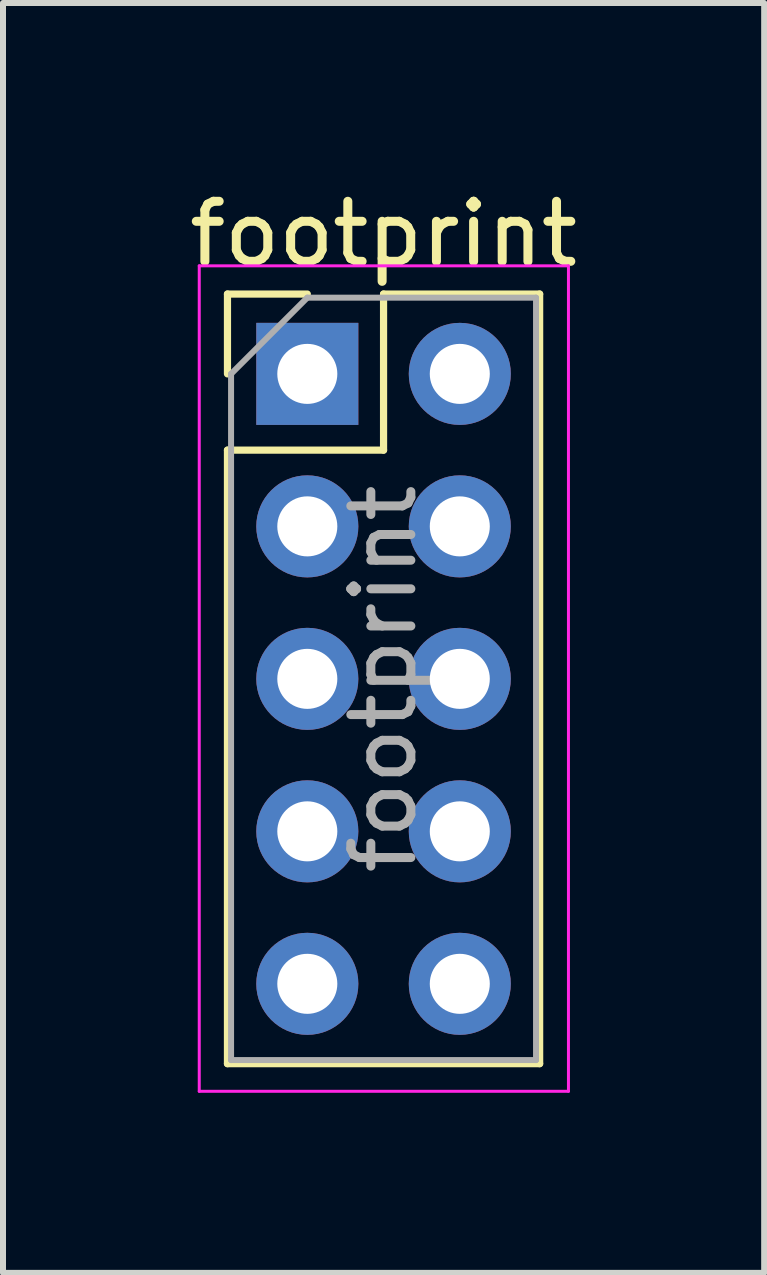
<source format=kicad_pcb>
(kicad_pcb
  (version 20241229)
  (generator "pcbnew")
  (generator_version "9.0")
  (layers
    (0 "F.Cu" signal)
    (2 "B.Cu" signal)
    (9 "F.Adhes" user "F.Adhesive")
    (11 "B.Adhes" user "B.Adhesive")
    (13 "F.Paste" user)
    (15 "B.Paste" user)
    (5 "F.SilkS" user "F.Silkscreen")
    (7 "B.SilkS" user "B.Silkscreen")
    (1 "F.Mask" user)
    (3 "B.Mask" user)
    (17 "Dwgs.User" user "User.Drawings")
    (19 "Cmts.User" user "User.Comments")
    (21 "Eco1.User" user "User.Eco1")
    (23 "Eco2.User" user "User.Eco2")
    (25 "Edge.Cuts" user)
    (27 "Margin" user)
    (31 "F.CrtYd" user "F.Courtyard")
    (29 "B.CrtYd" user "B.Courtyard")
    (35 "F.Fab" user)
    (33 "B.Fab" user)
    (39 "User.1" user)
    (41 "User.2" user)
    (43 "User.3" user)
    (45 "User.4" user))
  (footprint "footprint"
    (layer "F.Cu")
    (at 2.069 3.178)
    (property "Reference" "footprint" (at 1.27 -2.33 0) (layer "F.SilkS") (effects (font (size 1 1) (thickness 0.15))))
    (attr through_hole)
    (fp_line (start -1.33 -1.33) (end 0 -1.33) (stroke (width 0.12) (type solid)) (layer "F.SilkS"))
    (fp_line (start -1.33 0) (end -1.33 -1.33) (stroke (width 0.12) (type solid)) (layer "F.SilkS"))
    (fp_line (start -1.33 1.27) (end -1.33 11.49) (stroke (width 0.12) (type solid)) (layer "F.SilkS"))
    (fp_line (start -1.33 1.27) (end 1.27 1.27) (stroke (width 0.12) (type solid)) (layer "F.SilkS"))
    (fp_line (start -1.33 11.49) (end 3.87 11.49) (stroke (width 0.12) (type solid)) (layer "F.SilkS"))
    (fp_line (start 1.27 -1.33) (end 3.87 -1.33) (stroke (width 0.12) (type solid)) (layer "F.SilkS"))
    (fp_line (start 1.27 1.27) (end 1.27 -1.33) (stroke (width 0.12) (type solid)) (layer "F.SilkS"))
    (fp_line (start 3.87 -1.33) (end 3.87 11.49) (stroke (width 0.12) (type solid)) (layer "F.SilkS"))
    (fp_line (start -1.8 -1.8) (end -1.8 11.95) (stroke (width 0.05) (type solid)) (layer "F.CrtYd"))
    (fp_line (start -1.8 11.95) (end 4.35 11.95) (stroke (width 0.05) (type solid)) (layer "F.CrtYd"))
    (fp_line (start 4.35 -1.8) (end -1.8 -1.8) (stroke (width 0.05) (type solid)) (layer "F.CrtYd"))
    (fp_line (start 4.35 11.95) (end 4.35 -1.8) (stroke (width 0.05) (type solid)) (layer "F.CrtYd"))
    (fp_line (start -1.27 0) (end 0 -1.27) (stroke (width 0.1) (type solid)) (layer "F.Fab"))
    (fp_line (start -1.27 11.43) (end -1.27 0) (stroke (width 0.1) (type solid)) (layer "F.Fab"))
    (fp_line (start 0 -1.27) (end 3.81 -1.27) (stroke (width 0.1) (type solid)) (layer "F.Fab"))
    (fp_line (start 3.81 -1.27) (end 3.81 11.43) (stroke (width 0.1) (type solid)) (layer "F.Fab"))
    (fp_line (start 3.81 11.43) (end -1.27 11.43) (stroke (width 0.1) (type solid)) (layer "F.Fab"))
    (fp_text user "${REFERENCE}" (at 1.27 5.08 90) (layer "F.Fab") (effects (font (size 1 1) (thickness 0.15))))
    (pad "1" thru_hole rect (at 0 0) (size 1.7 1.7) (drill 1) (layers "*.Cu" "*.Mask"))
    (pad "2" thru_hole oval (at 2.54 0) (size 1.7 1.7) (drill 1) (layers "*.Cu" "*.Mask"))
    (pad "3" thru_hole oval (at 0 2.54) (size 1.7 1.7) (drill 1) (layers "*.Cu" "*.Mask"))
    (pad "4" thru_hole oval (at 2.54 2.54) (size 1.7 1.7) (drill 1) (layers "*.Cu" "*.Mask"))
    (pad "5" thru_hole oval (at 0 5.08) (size 1.7 1.7) (drill 1) (layers "*.Cu" "*.Mask"))
    (pad "6" thru_hole oval (at 2.54 5.08) (size 1.7 1.7) (drill 1) (layers "*.Cu" "*.Mask"))
    (pad "7" thru_hole oval (at 0 7.62) (size 1.7 1.7) (drill 1) (layers "*.Cu" "*.Mask"))
    (pad "8" thru_hole oval (at 2.54 7.62) (size 1.7 1.7) (drill 1) (layers "*.Cu" "*.Mask"))
    (pad "9" thru_hole oval (at 0 10.16) (size 1.7 1.7) (drill 1) (layers "*.Cu" "*.Mask"))
    (pad "10" thru_hole oval (at 2.54 10.16) (size 1.7 1.7) (drill 1) (layers "*.Cu" "*.Mask")))
  (gr_rect
    (start -3 -3)
    (end 9.679 18.153)
    (stroke (width 0.1) (type default))
    (fill no)
    (layer "Edge.Cuts")))
</source>
